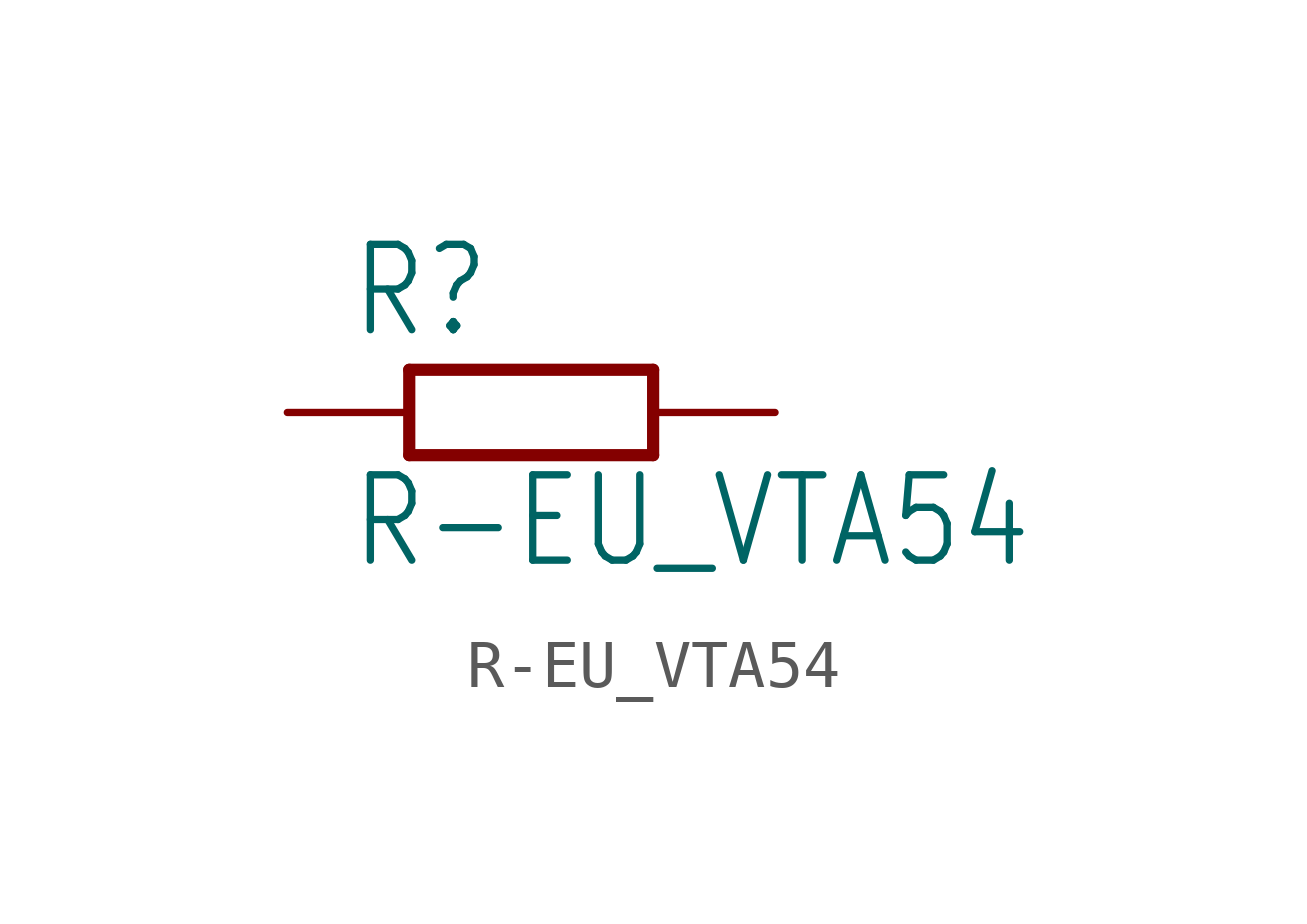
<source format=kicad_sym>
(kicad_symbol_lib
  (version 20220331)
  (generator kicad_symbol_editor)
  (symbol "R-EU_VTA54"
    (property "Reference" "R"
      (at -3.81 1.499 0)
      (effects (font (size 1.778 1.511)) (justify left bottom)))
    (property "Value" "R-EU_VTA54"
      (at -3.81 -3.302 0)
      (effects (font (size 1.778 1.511)) (justify left bottom)))
    (property "ki_locked" ""
      (at 0 0 0)
      (effects (font (size 1.27 1.27))))
    (symbol "R-EU_VTA54_1_0"
      (polyline (pts (xy -2.54 -0.889) (xy -2.54 0.889)) (stroke (width 0.254) (type solid)) (fill (type none)))
      (polyline (pts (xy -2.54 -0.889) (xy 2.54 -0.889)) (stroke (width 0.254) (type solid)) (fill (type none)))
      (polyline (pts (xy 2.54 -0.889) (xy 2.54 0.889)) (stroke (width 0.254) (type solid)) (fill (type none)))
      (polyline (pts (xy 2.54 0.889) (xy -2.54 0.889)) (stroke (width 0.254) (type solid)) (fill (type none)))
      (pin passive line (at -5.08 0 0) (length 2.54) (name "1" (effects (font (size 0 0)))) (number "1" (effects (font (size 0 0)))))
      (pin passive line (at 5.08 0 180) (length 2.54) (name "2" (effects (font (size 0 0)))) (number "2" (effects (font (size 0 0))))))))
</source>
